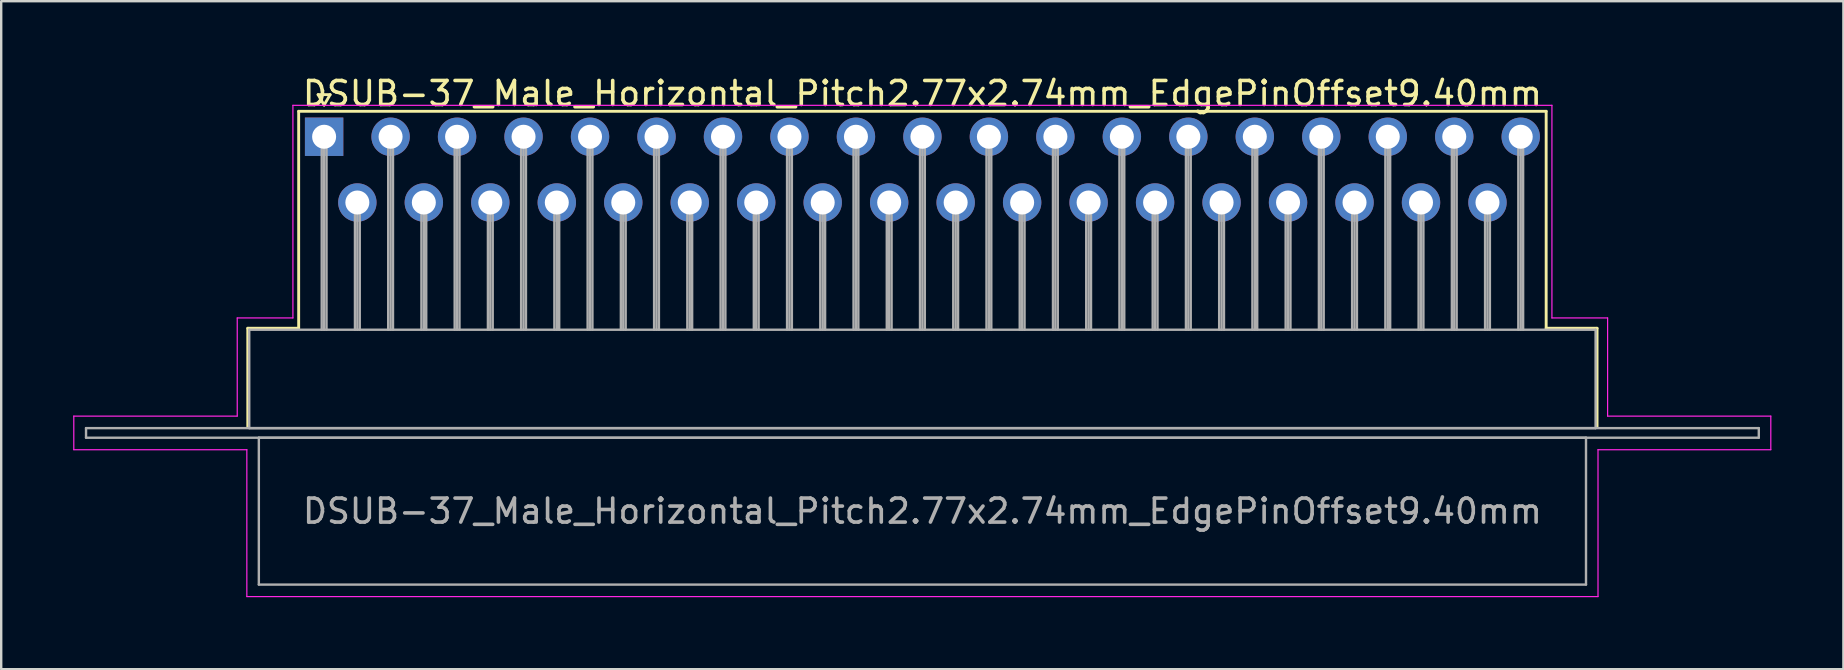
<source format=kicad_pcb>
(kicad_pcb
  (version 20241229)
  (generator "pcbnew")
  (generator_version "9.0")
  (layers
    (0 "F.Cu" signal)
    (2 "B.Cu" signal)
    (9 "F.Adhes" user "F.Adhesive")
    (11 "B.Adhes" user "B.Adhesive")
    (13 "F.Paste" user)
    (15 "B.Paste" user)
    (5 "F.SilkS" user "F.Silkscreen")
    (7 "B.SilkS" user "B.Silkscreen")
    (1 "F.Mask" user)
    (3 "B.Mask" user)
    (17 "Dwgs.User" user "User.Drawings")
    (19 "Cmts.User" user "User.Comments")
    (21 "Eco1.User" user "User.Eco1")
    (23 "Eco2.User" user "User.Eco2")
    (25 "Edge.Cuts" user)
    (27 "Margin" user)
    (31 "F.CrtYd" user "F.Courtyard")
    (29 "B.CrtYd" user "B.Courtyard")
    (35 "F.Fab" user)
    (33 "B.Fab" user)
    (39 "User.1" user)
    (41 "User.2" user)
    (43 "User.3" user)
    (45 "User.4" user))
  (footprint "DSUB-37_Male_Horizontal_Pitch2.77x2.74mm_EdgePinOffset9.40mm"
    (layer "F.Cu")
    (at 10.455 2.648)
    (property "Reference" "DSUB-37_Male_Horizontal_Pitch2.77x2.74mm_EdgePinOffset9.40mm" (at 24.93 -1.8 0) (layer "F.SilkS") (effects (font (size 1 1) (thickness 0.15))))
    (attr through_hole)
    (fp_line (start -3.18 7.98) (end -1.06 7.98) (stroke (width 0.12) (type solid)) (layer "F.SilkS"))
    (fp_line (start -3.18 12.08) (end -3.18 7.98) (stroke (width 0.12) (type solid)) (layer "F.SilkS"))
    (fp_line (start -1.06 -1.06) (end 50.92 -1.06) (stroke (width 0.12) (type solid)) (layer "F.SilkS"))
    (fp_line (start -1.06 7.98) (end -1.06 -1.06) (stroke (width 0.12) (type solid)) (layer "F.SilkS"))
    (fp_line (start -0.25 -1.754) (end 0.25 -1.754) (stroke (width 0.12) (type solid)) (layer "F.SilkS"))
    (fp_line (start 0 -1.321) (end -0.25 -1.754) (stroke (width 0.12) (type solid)) (layer "F.SilkS"))
    (fp_line (start 0.25 -1.754) (end 0 -1.321) (stroke (width 0.12) (type solid)) (layer "F.SilkS"))
    (fp_line (start 50.92 -1.06) (end 50.92 7.98) (stroke (width 0.12) (type solid)) (layer "F.SilkS"))
    (fp_line (start 50.92 7.98) (end 53.04 7.98) (stroke (width 0.12) (type solid)) (layer "F.SilkS"))
    (fp_line (start 53.04 7.98) (end 53.04 12.08) (stroke (width 0.12) (type solid)) (layer "F.SilkS"))
    (fp_line (start -10.43 11.64) (end -3.62 11.64) (stroke (width 0.05) (type solid)) (layer "F.CrtYd"))
    (fp_line (start -10.43 13.04) (end -10.43 11.64) (stroke (width 0.05) (type solid)) (layer "F.CrtYd"))
    (fp_line (start -3.62 7.55) (end -1.3 7.55) (stroke (width 0.05) (type solid)) (layer "F.CrtYd"))
    (fp_line (start -3.62 11.64) (end -3.62 7.55) (stroke (width 0.05) (type solid)) (layer "F.CrtYd"))
    (fp_line (start -3.22 13.04) (end -10.43 13.04) (stroke (width 0.05) (type solid)) (layer "F.CrtYd"))
    (fp_line (start -3.22 19.16) (end -3.22 13.04) (stroke (width 0.05) (type solid)) (layer "F.CrtYd"))
    (fp_line (start -1.3 -1.31) (end 51.16 -1.31) (stroke (width 0.05) (type solid)) (layer "F.CrtYd"))
    (fp_line (start -1.3 7.55) (end -1.3 -1.31) (stroke (width 0.05) (type solid)) (layer "F.CrtYd"))
    (fp_line (start 51.16 -1.31) (end 51.16 7.55) (stroke (width 0.05) (type solid)) (layer "F.CrtYd"))
    (fp_line (start 51.16 7.55) (end 53.48 7.55) (stroke (width 0.05) (type solid)) (layer "F.CrtYd"))
    (fp_line (start 53.08 13.04) (end 53.08 19.16) (stroke (width 0.05) (type solid)) (layer "F.CrtYd"))
    (fp_line (start 53.08 19.16) (end -3.22 19.16) (stroke (width 0.05) (type solid)) (layer "F.CrtYd"))
    (fp_line (start 53.48 7.55) (end 53.48 11.64) (stroke (width 0.05) (type solid)) (layer "F.CrtYd"))
    (fp_line (start 53.48 11.64) (end 60.28 11.64) (stroke (width 0.05) (type solid)) (layer "F.CrtYd"))
    (fp_line (start 60.28 11.64) (end 60.28 13.04) (stroke (width 0.05) (type solid)) (layer "F.CrtYd"))
    (fp_line (start 60.28 13.04) (end 53.08 13.04) (stroke (width 0.05) (type solid)) (layer "F.CrtYd"))
    (fp_line (start -9.92 12.14) (end -9.92 12.54) (stroke (width 0.1) (type solid)) (layer "F.Fab"))
    (fp_line (start -9.92 12.54) (end 59.78 12.54) (stroke (width 0.1) (type solid)) (layer "F.Fab"))
    (fp_line (start -3.12 8.04) (end -3.12 12.14) (stroke (width 0.1) (type solid)) (layer "F.Fab"))
    (fp_line (start -3.12 12.14) (end 52.98 12.14) (stroke (width 0.1) (type solid)) (layer "F.Fab"))
    (fp_line (start -2.72 12.54) (end -2.72 18.66) (stroke (width 0.1) (type solid)) (layer "F.Fab"))
    (fp_line (start -2.72 18.66) (end 52.58 18.66) (stroke (width 0.1) (type solid)) (layer "F.Fab"))
    (fp_line (start -0.1 0) (end -0.1 8.04) (stroke (width 0.1) (type solid)) (layer "F.Fab"))
    (fp_line (start 0 0) (end 0 8.04) (stroke (width 0.1) (type solid)) (layer "F.Fab"))
    (fp_line (start 0.1 0) (end 0.1 8.04) (stroke (width 0.1) (type solid)) (layer "F.Fab"))
    (fp_line (start 1.285 2.74) (end 1.285 8.04) (stroke (width 0.1) (type solid)) (layer "F.Fab"))
    (fp_line (start 1.385 2.74) (end 1.385 8.04) (stroke (width 0.1) (type solid)) (layer "F.Fab"))
    (fp_line (start 1.485 2.74) (end 1.485 8.04) (stroke (width 0.1) (type solid)) (layer "F.Fab"))
    (fp_line (start 2.67 0) (end 2.67 8.04) (stroke (width 0.1) (type solid)) (layer "F.Fab"))
    (fp_line (start 2.77 0) (end 2.77 8.04) (stroke (width 0.1) (type solid)) (layer "F.Fab"))
    (fp_line (start 2.87 0) (end 2.87 8.04) (stroke (width 0.1) (type solid)) (layer "F.Fab"))
    (fp_line (start 4.055 2.74) (end 4.055 8.04) (stroke (width 0.1) (type solid)) (layer "F.Fab"))
    (fp_line (start 4.155 2.74) (end 4.155 8.04) (stroke (width 0.1) (type solid)) (layer "F.Fab"))
    (fp_line (start 4.255 2.74) (end 4.255 8.04) (stroke (width 0.1) (type solid)) (layer "F.Fab"))
    (fp_line (start 5.44 0) (end 5.44 8.04) (stroke (width 0.1) (type solid)) (layer "F.Fab"))
    (fp_line (start 5.54 0) (end 5.54 8.04) (stroke (width 0.1) (type solid)) (layer "F.Fab"))
    (fp_line (start 5.64 0) (end 5.64 8.04) (stroke (width 0.1) (type solid)) (layer "F.Fab"))
    (fp_line (start 6.825 2.74) (end 6.825 8.04) (stroke (width 0.1) (type solid)) (layer "F.Fab"))
    (fp_line (start 6.925 2.74) (end 6.925 8.04) (stroke (width 0.1) (type solid)) (layer "F.Fab"))
    (fp_line (start 7.025 2.74) (end 7.025 8.04) (stroke (width 0.1) (type solid)) (layer "F.Fab"))
    (fp_line (start 8.21 0) (end 8.21 8.04) (stroke (width 0.1) (type solid)) (layer "F.Fab"))
    (fp_line (start 8.31 0) (end 8.31 8.04) (stroke (width 0.1) (type solid)) (layer "F.Fab"))
    (fp_line (start 8.41 0) (end 8.41 8.04) (stroke (width 0.1) (type solid)) (layer "F.Fab"))
    (fp_line (start 9.595 2.74) (end 9.595 8.04) (stroke (width 0.1) (type solid)) (layer "F.Fab"))
    (fp_line (start 9.695 2.74) (end 9.695 8.04) (stroke (width 0.1) (type solid)) (layer "F.Fab"))
    (fp_line (start 9.795 2.74) (end 9.795 8.04) (stroke (width 0.1) (type solid)) (layer "F.Fab"))
    (fp_line (start 10.98 0) (end 10.98 8.04) (stroke (width 0.1) (type solid)) (layer "F.Fab"))
    (fp_line (start 11.08 0) (end 11.08 8.04) (stroke (width 0.1) (type solid)) (layer "F.Fab"))
    (fp_line (start 11.18 0) (end 11.18 8.04) (stroke (width 0.1) (type solid)) (layer "F.Fab"))
    (fp_line (start 12.365 2.74) (end 12.365 8.04) (stroke (width 0.1) (type solid)) (layer "F.Fab"))
    (fp_line (start 12.465 2.74) (end 12.465 8.04) (stroke (width 0.1) (type solid)) (layer "F.Fab"))
    (fp_line (start 12.565 2.74) (end 12.565 8.04) (stroke (width 0.1) (type solid)) (layer "F.Fab"))
    (fp_line (start 13.75 0) (end 13.75 8.04) (stroke (width 0.1) (type solid)) (layer "F.Fab"))
    (fp_line (start 13.85 0) (end 13.85 8.04) (stroke (width 0.1) (type solid)) (layer "F.Fab"))
    (fp_line (start 13.95 0) (end 13.95 8.04) (stroke (width 0.1) (type solid)) (layer "F.Fab"))
    (fp_line (start 15.135 2.74) (end 15.135 8.04) (stroke (width 0.1) (type solid)) (layer "F.Fab"))
    (fp_line (start 15.235 2.74) (end 15.235 8.04) (stroke (width 0.1) (type solid)) (layer "F.Fab"))
    (fp_line (start 15.335 2.74) (end 15.335 8.04) (stroke (width 0.1) (type solid)) (layer "F.Fab"))
    (fp_line (start 16.52 0) (end 16.52 8.04) (stroke (width 0.1) (type solid)) (layer "F.Fab"))
    (fp_line (start 16.62 0) (end 16.62 8.04) (stroke (width 0.1) (type solid)) (layer "F.Fab"))
    (fp_line (start 16.72 0) (end 16.72 8.04) (stroke (width 0.1) (type solid)) (layer "F.Fab"))
    (fp_line (start 17.905 2.74) (end 17.905 8.04) (stroke (width 0.1) (type solid)) (layer "F.Fab"))
    (fp_line (start 18.005 2.74) (end 18.005 8.04) (stroke (width 0.1) (type solid)) (layer "F.Fab"))
    (fp_line (start 18.105 2.74) (end 18.105 8.04) (stroke (width 0.1) (type solid)) (layer "F.Fab"))
    (fp_line (start 19.29 0) (end 19.29 8.04) (stroke (width 0.1) (type solid)) (layer "F.Fab"))
    (fp_line (start 19.39 0) (end 19.39 8.04) (stroke (width 0.1) (type solid)) (layer "F.Fab"))
    (fp_line (start 19.49 0) (end 19.49 8.04) (stroke (width 0.1) (type solid)) (layer "F.Fab"))
    (fp_line (start 20.675 2.74) (end 20.675 8.04) (stroke (width 0.1) (type solid)) (layer "F.Fab"))
    (fp_line (start 20.775 2.74) (end 20.775 8.04) (stroke (width 0.1) (type solid)) (layer "F.Fab"))
    (fp_line (start 20.875 2.74) (end 20.875 8.04) (stroke (width 0.1) (type solid)) (layer "F.Fab"))
    (fp_line (start 22.06 0) (end 22.06 8.04) (stroke (width 0.1) (type solid)) (layer "F.Fab"))
    (fp_line (start 22.16 0) (end 22.16 8.04) (stroke (width 0.1) (type solid)) (layer "F.Fab"))
    (fp_line (start 22.26 0) (end 22.26 8.04) (stroke (width 0.1) (type solid)) (layer "F.Fab"))
    (fp_line (start 23.445 2.74) (end 23.445 8.04) (stroke (width 0.1) (type solid)) (layer "F.Fab"))
    (fp_line (start 23.545 2.74) (end 23.545 8.04) (stroke (width 0.1) (type solid)) (layer "F.Fab"))
    (fp_line (start 23.645 2.74) (end 23.645 8.04) (stroke (width 0.1) (type solid)) (layer "F.Fab"))
    (fp_line (start 24.83 0) (end 24.83 8.04) (stroke (width 0.1) (type solid)) (layer "F.Fab"))
    (fp_line (start 24.93 0) (end 24.93 8.04) (stroke (width 0.1) (type solid)) (layer "F.Fab"))
    (fp_line (start 25.03 0) (end 25.03 8.04) (stroke (width 0.1) (type solid)) (layer "F.Fab"))
    (fp_line (start 26.215 2.74) (end 26.215 8.04) (stroke (width 0.1) (type solid)) (layer "F.Fab"))
    (fp_line (start 26.315 2.74) (end 26.315 8.04) (stroke (width 0.1) (type solid)) (layer "F.Fab"))
    (fp_line (start 26.415 2.74) (end 26.415 8.04) (stroke (width 0.1) (type solid)) (layer "F.Fab"))
    (fp_line (start 27.6 0) (end 27.6 8.04) (stroke (width 0.1) (type solid)) (layer "F.Fab"))
    (fp_line (start 27.7 0) (end 27.7 8.04) (stroke (width 0.1) (type solid)) (layer "F.Fab"))
    (fp_line (start 27.8 0) (end 27.8 8.04) (stroke (width 0.1) (type solid)) (layer "F.Fab"))
    (fp_line (start 28.985 2.74) (end 28.985 8.04) (stroke (width 0.1) (type solid)) (layer "F.Fab"))
    (fp_line (start 29.085 2.74) (end 29.085 8.04) (stroke (width 0.1) (type solid)) (layer "F.Fab"))
    (fp_line (start 29.185 2.74) (end 29.185 8.04) (stroke (width 0.1) (type solid)) (layer "F.Fab"))
    (fp_line (start 30.37 0) (end 30.37 8.04) (stroke (width 0.1) (type solid)) (layer "F.Fab"))
    (fp_line (start 30.47 0) (end 30.47 8.04) (stroke (width 0.1) (type solid)) (layer "F.Fab"))
    (fp_line (start 30.57 0) (end 30.57 8.04) (stroke (width 0.1) (type solid)) (layer "F.Fab"))
    (fp_line (start 31.755 2.74) (end 31.755 8.04) (stroke (width 0.1) (type solid)) (layer "F.Fab"))
    (fp_line (start 31.855 2.74) (end 31.855 8.04) (stroke (width 0.1) (type solid)) (layer "F.Fab"))
    (fp_line (start 31.955 2.74) (end 31.955 8.04) (stroke (width 0.1) (type solid)) (layer "F.Fab"))
    (fp_line (start 33.14 0) (end 33.14 8.04) (stroke (width 0.1) (type solid)) (layer "F.Fab"))
    (fp_line (start 33.24 0) (end 33.24 8.04) (stroke (width 0.1) (type solid)) (layer "F.Fab"))
    (fp_line (start 33.34 0) (end 33.34 8.04) (stroke (width 0.1) (type solid)) (layer "F.Fab"))
    (fp_line (start 34.525 2.74) (end 34.525 8.04) (stroke (width 0.1) (type solid)) (layer "F.Fab"))
    (fp_line (start 34.625 2.74) (end 34.625 8.04) (stroke (width 0.1) (type solid)) (layer "F.Fab"))
    (fp_line (start 34.725 2.74) (end 34.725 8.04) (stroke (width 0.1) (type solid)) (layer "F.Fab"))
    (fp_line (start 35.91 0) (end 35.91 8.04) (stroke (width 0.1) (type solid)) (layer "F.Fab"))
    (fp_line (start 36.01 0) (end 36.01 8.04) (stroke (width 0.1) (type solid)) (layer "F.Fab"))
    (fp_line (start 36.11 0) (end 36.11 8.04) (stroke (width 0.1) (type solid)) (layer "F.Fab"))
    (fp_line (start 37.295 2.74) (end 37.295 8.04) (stroke (width 0.1) (type solid)) (layer "F.Fab"))
    (fp_line (start 37.395 2.74) (end 37.395 8.04) (stroke (width 0.1) (type solid)) (layer "F.Fab"))
    (fp_line (start 37.495 2.74) (end 37.495 8.04) (stroke (width 0.1) (type solid)) (layer "F.Fab"))
    (fp_line (start 38.68 0) (end 38.68 8.04) (stroke (width 0.1) (type solid)) (layer "F.Fab"))
    (fp_line (start 38.78 0) (end 38.78 8.04) (stroke (width 0.1) (type solid)) (layer "F.Fab"))
    (fp_line (start 38.88 0) (end 38.88 8.04) (stroke (width 0.1) (type solid)) (layer "F.Fab"))
    (fp_line (start 40.065 2.74) (end 40.065 8.04) (stroke (width 0.1) (type solid)) (layer "F.Fab"))
    (fp_line (start 40.165 2.74) (end 40.165 8.04) (stroke (width 0.1) (type solid)) (layer "F.Fab"))
    (fp_line (start 40.265 2.74) (end 40.265 8.04) (stroke (width 0.1) (type solid)) (layer "F.Fab"))
    (fp_line (start 41.45 0) (end 41.45 8.04) (stroke (width 0.1) (type solid)) (layer "F.Fab"))
    (fp_line (start 41.55 0) (end 41.55 8.04) (stroke (width 0.1) (type solid)) (layer "F.Fab"))
    (fp_line (start 41.65 0) (end 41.65 8.04) (stroke (width 0.1) (type solid)) (layer "F.Fab"))
    (fp_line (start 42.835 2.74) (end 42.835 8.04) (stroke (width 0.1) (type solid)) (layer "F.Fab"))
    (fp_line (start 42.935 2.74) (end 42.935 8.04) (stroke (width 0.1) (type solid)) (layer "F.Fab"))
    (fp_line (start 43.035 2.74) (end 43.035 8.04) (stroke (width 0.1) (type solid)) (layer "F.Fab"))
    (fp_line (start 44.22 0) (end 44.22 8.04) (stroke (width 0.1) (type solid)) (layer "F.Fab"))
    (fp_line (start 44.32 0) (end 44.32 8.04) (stroke (width 0.1) (type solid)) (layer "F.Fab"))
    (fp_line (start 44.42 0) (end 44.42 8.04) (stroke (width 0.1) (type solid)) (layer "F.Fab"))
    (fp_line (start 45.605 2.74) (end 45.605 8.04) (stroke (width 0.1) (type solid)) (layer "F.Fab"))
    (fp_line (start 45.705 2.74) (end 45.705 8.04) (stroke (width 0.1) (type solid)) (layer "F.Fab"))
    (fp_line (start 45.805 2.74) (end 45.805 8.04) (stroke (width 0.1) (type solid)) (layer "F.Fab"))
    (fp_line (start 46.99 0) (end 46.99 8.04) (stroke (width 0.1) (type solid)) (layer "F.Fab"))
    (fp_line (start 47.09 0) (end 47.09 8.04) (stroke (width 0.1) (type solid)) (layer "F.Fab"))
    (fp_line (start 47.19 0) (end 47.19 8.04) (stroke (width 0.1) (type solid)) (layer "F.Fab"))
    (fp_line (start 48.375 2.74) (end 48.375 8.04) (stroke (width 0.1) (type solid)) (layer "F.Fab"))
    (fp_line (start 48.475 2.74) (end 48.475 8.04) (stroke (width 0.1) (type solid)) (layer "F.Fab"))
    (fp_line (start 48.575 2.74) (end 48.575 8.04) (stroke (width 0.1) (type solid)) (layer "F.Fab"))
    (fp_line (start 49.76 0) (end 49.76 8.04) (stroke (width 0.1) (type solid)) (layer "F.Fab"))
    (fp_line (start 49.86 0) (end 49.86 8.04) (stroke (width 0.1) (type solid)) (layer "F.Fab"))
    (fp_line (start 49.96 0) (end 49.96 8.04) (stroke (width 0.1) (type solid)) (layer "F.Fab"))
    (fp_line (start 52.58 12.54) (end -2.72 12.54) (stroke (width 0.1) (type solid)) (layer "F.Fab"))
    (fp_line (start 52.58 18.66) (end 52.58 12.54) (stroke (width 0.1) (type solid)) (layer "F.Fab"))
    (fp_line (start 52.98 8.04) (end -3.12 8.04) (stroke (width 0.1) (type solid)) (layer "F.Fab"))
    (fp_line (start 52.98 12.14) (end 52.98 8.04) (stroke (width 0.1) (type solid)) (layer "F.Fab"))
    (fp_line (start 59.78 12.14) (end -9.92 12.14) (stroke (width 0.1) (type solid)) (layer "F.Fab"))
    (fp_line (start 59.78 12.54) (end 59.78 12.14) (stroke (width 0.1) (type solid)) (layer "F.Fab"))
    (fp_text user "${REFERENCE}" (at 24.93 15.6 0) (layer "F.Fab") (effects (font (size 1 1) (thickness 0.15))))
    (pad "1" thru_hole rect (at 0 0) (size 1.6 1.6) (drill 1) (layers "*.Cu" "*.Mask"))
    (pad "2" thru_hole circle (at 2.77 0) (size 1.6 1.6) (drill 1) (layers "*.Cu" "*.Mask"))
    (pad "3" thru_hole circle (at 5.54 0) (size 1.6 1.6) (drill 1) (layers "*.Cu" "*.Mask"))
    (pad "4" thru_hole circle (at 8.31 0) (size 1.6 1.6) (drill 1) (layers "*.Cu" "*.Mask"))
    (pad "5" thru_hole circle (at 11.08 0) (size 1.6 1.6) (drill 1) (layers "*.Cu" "*.Mask"))
    (pad "6" thru_hole circle (at 13.85 0) (size 1.6 1.6) (drill 1) (layers "*.Cu" "*.Mask"))
    (pad "7" thru_hole circle (at 16.62 0) (size 1.6 1.6) (drill 1) (layers "*.Cu" "*.Mask"))
    (pad "8" thru_hole circle (at 19.39 0) (size 1.6 1.6) (drill 1) (layers "*.Cu" "*.Mask"))
    (pad "9" thru_hole circle (at 22.16 0) (size 1.6 1.6) (drill 1) (layers "*.Cu" "*.Mask"))
    (pad "10" thru_hole circle (at 24.93 0) (size 1.6 1.6) (drill 1) (layers "*.Cu" "*.Mask"))
    (pad "11" thru_hole circle (at 27.7 0) (size 1.6 1.6) (drill 1) (layers "*.Cu" "*.Mask"))
    (pad "12" thru_hole circle (at 30.47 0) (size 1.6 1.6) (drill 1) (layers "*.Cu" "*.Mask"))
    (pad "13" thru_hole circle (at 33.24 0) (size 1.6 1.6) (drill 1) (layers "*.Cu" "*.Mask"))
    (pad "14" thru_hole circle (at 36.01 0) (size 1.6 1.6) (drill 1) (layers "*.Cu" "*.Mask"))
    (pad "15" thru_hole circle (at 38.78 0) (size 1.6 1.6) (drill 1) (layers "*.Cu" "*.Mask"))
    (pad "16" thru_hole circle (at 41.55 0) (size 1.6 1.6) (drill 1) (layers "*.Cu" "*.Mask"))
    (pad "17" thru_hole circle (at 44.32 0) (size 1.6 1.6) (drill 1) (layers "*.Cu" "*.Mask"))
    (pad "18" thru_hole circle (at 47.09 0) (size 1.6 1.6) (drill 1) (layers "*.Cu" "*.Mask"))
    (pad "19" thru_hole circle (at 49.86 0) (size 1.6 1.6) (drill 1) (layers "*.Cu" "*.Mask"))
    (pad "20" thru_hole circle (at 1.385 2.74) (size 1.6 1.6) (drill 1) (layers "*.Cu" "*.Mask"))
    (pad "21" thru_hole circle (at 4.155 2.74) (size 1.6 1.6) (drill 1) (layers "*.Cu" "*.Mask"))
    (pad "22" thru_hole circle (at 6.925 2.74) (size 1.6 1.6) (drill 1) (layers "*.Cu" "*.Mask"))
    (pad "23" thru_hole circle (at 9.695 2.74) (size 1.6 1.6) (drill 1) (layers "*.Cu" "*.Mask"))
    (pad "24" thru_hole circle (at 12.465 2.74) (size 1.6 1.6) (drill 1) (layers "*.Cu" "*.Mask"))
    (pad "25" thru_hole circle (at 15.235 2.74) (size 1.6 1.6) (drill 1) (layers "*.Cu" "*.Mask"))
    (pad "26" thru_hole circle (at 18.005 2.74) (size 1.6 1.6) (drill 1) (layers "*.Cu" "*.Mask"))
    (pad "27" thru_hole circle (at 20.775 2.74) (size 1.6 1.6) (drill 1) (layers "*.Cu" "*.Mask"))
    (pad "28" thru_hole circle (at 23.545 2.74) (size 1.6 1.6) (drill 1) (layers "*.Cu" "*.Mask"))
    (pad "29" thru_hole circle (at 26.315 2.74) (size 1.6 1.6) (drill 1) (layers "*.Cu" "*.Mask"))
    (pad "30" thru_hole circle (at 29.085 2.74) (size 1.6 1.6) (drill 1) (layers "*.Cu" "*.Mask"))
    (pad "31" thru_hole circle (at 31.855 2.74) (size 1.6 1.6) (drill 1) (layers "*.Cu" "*.Mask"))
    (pad "32" thru_hole circle (at 34.625 2.74) (size 1.6 1.6) (drill 1) (layers "*.Cu" "*.Mask"))
    (pad "33" thru_hole circle (at 37.395 2.74) (size 1.6 1.6) (drill 1) (layers "*.Cu" "*.Mask"))
    (pad "34" thru_hole circle (at 40.165 2.74) (size 1.6 1.6) (drill 1) (layers "*.Cu" "*.Mask"))
    (pad "35" thru_hole circle (at 42.935 2.74) (size 1.6 1.6) (drill 1) (layers "*.Cu" "*.Mask"))
    (pad "36" thru_hole circle (at 45.705 2.74) (size 1.6 1.6) (drill 1) (layers "*.Cu" "*.Mask"))
    (pad "37" thru_hole circle (at 48.475 2.74) (size 1.6 1.6) (drill 1) (layers "*.Cu" "*.Mask")))
  (gr_rect
    (start -3 -3)
    (end 73.76 24.833)
    (stroke (width 0.1) (type default))
    (fill no)
    (layer "Edge.Cuts")))
</source>
